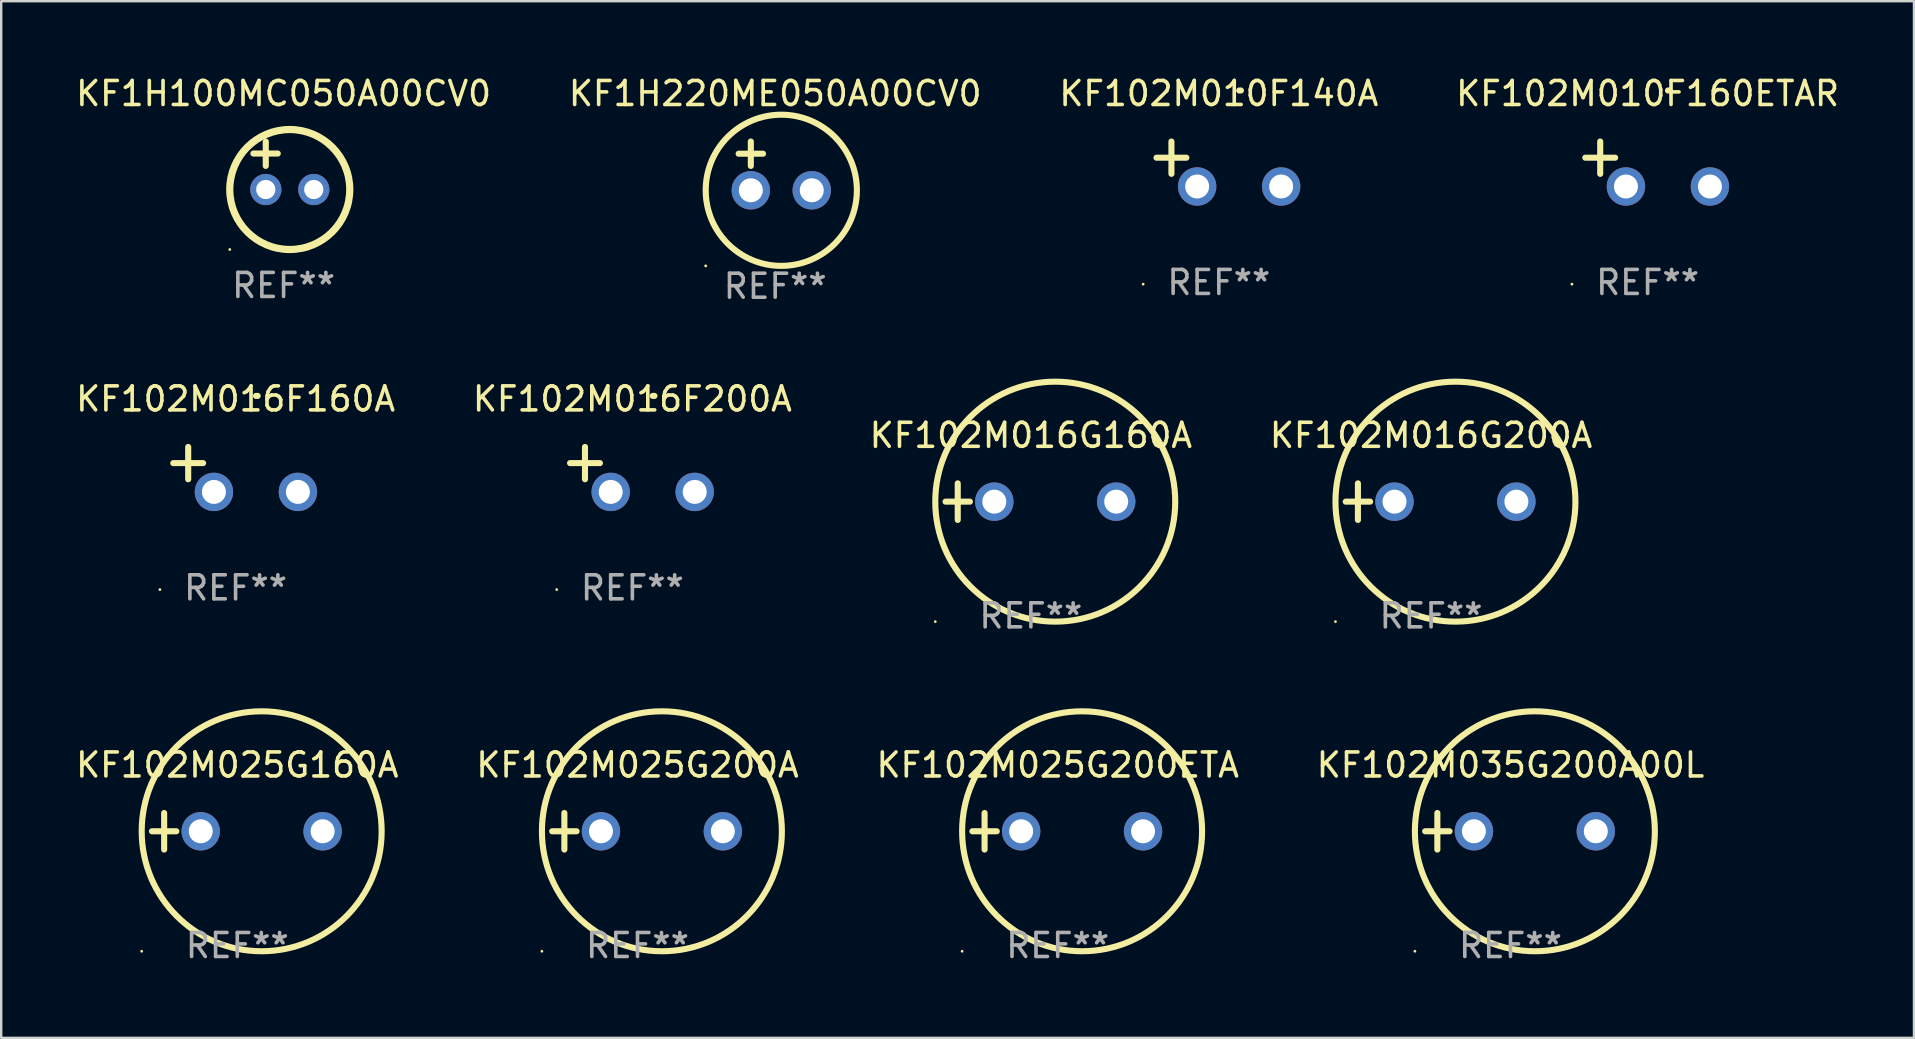
<source format=kicad_pcb>
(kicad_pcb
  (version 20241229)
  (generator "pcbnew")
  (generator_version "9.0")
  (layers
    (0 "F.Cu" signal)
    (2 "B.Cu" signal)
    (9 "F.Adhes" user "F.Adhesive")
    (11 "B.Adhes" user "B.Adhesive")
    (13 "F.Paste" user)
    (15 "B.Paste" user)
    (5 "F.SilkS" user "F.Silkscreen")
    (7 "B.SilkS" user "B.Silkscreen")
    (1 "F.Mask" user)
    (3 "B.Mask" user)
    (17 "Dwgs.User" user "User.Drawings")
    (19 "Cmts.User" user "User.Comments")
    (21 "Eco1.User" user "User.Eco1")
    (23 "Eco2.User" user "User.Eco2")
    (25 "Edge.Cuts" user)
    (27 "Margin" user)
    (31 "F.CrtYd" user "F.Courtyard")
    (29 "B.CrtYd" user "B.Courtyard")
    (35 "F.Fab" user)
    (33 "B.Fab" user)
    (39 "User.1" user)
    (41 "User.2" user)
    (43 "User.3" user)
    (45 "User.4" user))
  (footprint "KF102M025G200A"
    (layer "F.Cu")
    (at 23.518 31.593)
    (property "Reference" "KF102M025G200A" (at 0 -2.762 0) (layer "F.SilkS") (effects (font (size 1 1) (thickness 0.15))))
    (attr through_hole)
    (fp_line (start -3.556 0) (end -2.54 0) (stroke (width 0.254) (type solid)) (layer "F.SilkS"))
    (fp_line (start -3.048 -0.762) (end -3.048 0.762) (stroke (width 0.254) (type solid)) (layer "F.SilkS"))
    (fp_circle (center -3.984 5) (end -3.954 5) (stroke (width 0.06) (type solid)) (fill no) (layer "F.SilkS"))
    (fp_circle (center 1.016 0) (end 6.016 0) (stroke (width 0.254) (type solid)) (fill no) (layer "F.SilkS"))
    (fp_text user "REF**" (at 0 4.762 0) (layer "F.Fab") (effects (font (size 1 1) (thickness 0.15))))
    (pad "1" thru_hole circle (at -1.524 0) (size 1.6 1.6) (drill 1) (layers "*.Cu" "*.Mask"))
    (pad "2" thru_hole circle (at 3.556 0) (size 1.6 1.6) (drill 1) (layers "*.Cu" "*.Mask")))
  (footprint "KF102M016G160A"
    (layer "F.Cu")
    (at 39.911 17.856)
    (property "Reference" "KF102M016G160A" (at 0 -2.762 0) (layer "F.SilkS") (effects (font (size 1 1) (thickness 0.15))))
    (attr through_hole)
    (fp_line (start -3.556 0) (end -2.54 0) (stroke (width 0.254) (type solid)) (layer "F.SilkS"))
    (fp_line (start -3.048 -0.762) (end -3.048 0.762) (stroke (width 0.254) (type solid)) (layer "F.SilkS"))
    (fp_circle (center -3.984 5) (end -3.954 5) (stroke (width 0.06) (type solid)) (fill no) (layer "F.SilkS"))
    (fp_circle (center 1.016 0) (end 6.016 0) (stroke (width 0.254) (type solid)) (fill no) (layer "F.SilkS"))
    (fp_text user "REF**" (at 0 4.762 0) (layer "F.Fab") (effects (font (size 1 1) (thickness 0.15))))
    (pad "1" thru_hole circle (at -1.524 0) (size 1.6 1.6) (drill 1) (layers "*.Cu" "*.Mask"))
    (pad "2" thru_hole circle (at 3.556 0) (size 1.6 1.6) (drill 1) (layers "*.Cu" "*.Mask")))
  (footprint "KF102M010F140A"
    (layer "F.Cu")
    (at 47.744 3.785)
    (property "Reference" "KF102M010F140A" (at 0 -2.937 0) (layer "F.SilkS") (effects (font (size 1 1) (thickness 0.15))))
    (attr through_hole)
    (fp_line (start -1.975 0.41) (end -1.975 -0.937) (stroke (width 0.254) (type solid)) (layer "F.SilkS"))
    (fp_line (start -1.353 -0.263) (end -2.597 -0.263) (stroke (width 0.254) (type solid)) (layer "F.SilkS"))
    (fp_arc (start 0.849809 -3.063957) (mid 0.885369 -3.064114) (end 0.920929 -3.063957) (stroke (width 0.254001) (type solid)) (layer "F.SilkS"))
    (fp_circle (center -3.154 5.008) (end -3.124 5.008) (stroke (width 0.06) (type solid)) (fill no) (layer "F.SilkS"))
    (fp_text user "REF**" (at 0 4.937 0) (layer "F.Fab") (effects (font (size 1 1) (thickness 0.15))))
    (pad "1" thru_hole circle (at -0.903 0.937) (size 1.6 1.6) (drill 1) (layers "*.Cu" "*.Mask"))
    (pad "2" thru_hole circle (at 2.597 0.937) (size 1.6 1.6) (drill 1) (layers "*.Cu" "*.Mask")))
  (footprint "KF102M010F160ETAR"
    (layer "F.Cu")
    (at 65.613 3.785)
    (property "Reference" "KF102M010F160ETAR" (at 0 -2.937 0) (layer "F.SilkS") (effects (font (size 1 1) (thickness 0.15))))
    (attr through_hole)
    (fp_line (start -1.975 0.41) (end -1.975 -0.937) (stroke (width 0.254) (type solid)) (layer "F.SilkS"))
    (fp_line (start -1.353 -0.263) (end -2.597 -0.263) (stroke (width 0.254) (type solid)) (layer "F.SilkS"))
    (fp_arc (start 0.849809 -3.063957) (mid 0.885369 -3.064114) (end 0.920929 -3.063957) (stroke (width 0.254001) (type solid)) (layer "F.SilkS"))
    (fp_circle (center -3.154 5.008) (end -3.124 5.008) (stroke (width 0.06) (type solid)) (fill no) (layer "F.SilkS"))
    (fp_text user "REF**" (at 0 4.937 0) (layer "F.Fab") (effects (font (size 1 1) (thickness 0.15))))
    (pad "1" thru_hole circle (at -0.903 0.937) (size 1.6 1.6) (drill 1) (layers "*.Cu" "*.Mask"))
    (pad "2" thru_hole circle (at 2.597 0.937) (size 1.6 1.6) (drill 1) (layers "*.Cu" "*.Mask")))
  (footprint "KF102M025G200ETA"
    (layer "F.Cu")
    (at 41.03 31.593)
    (property "Reference" "KF102M025G200ETA" (at 0 -2.762 0) (layer "F.SilkS") (effects (font (size 1 1) (thickness 0.15))))
    (attr through_hole)
    (fp_line (start -3.556 0) (end -2.54 0) (stroke (width 0.254) (type solid)) (layer "F.SilkS"))
    (fp_line (start -3.048 -0.762) (end -3.048 0.762) (stroke (width 0.254) (type solid)) (layer "F.SilkS"))
    (fp_circle (center -3.984 5) (end -3.954 5) (stroke (width 0.06) (type solid)) (fill no) (layer "F.SilkS"))
    (fp_circle (center 1.016 0) (end 6.016 0) (stroke (width 0.254) (type solid)) (fill no) (layer "F.SilkS"))
    (fp_text user "REF**" (at 0 4.762 0) (layer "F.Fab") (effects (font (size 1 1) (thickness 0.15))))
    (pad "1" thru_hole circle (at -1.524 0) (size 1.6 1.6) (drill 1) (layers "*.Cu" "*.Mask"))
    (pad "2" thru_hole circle (at 3.556 0) (size 1.6 1.6) (drill 1) (layers "*.Cu" "*.Mask")))
  (footprint "KF1H100MC050A00CV0"
    (layer "F.Cu")
    (at 8.768 3.848)
    (property "Reference" "KF1H100MC050A00CV0" (at 0 -3 0) (layer "F.SilkS") (effects (font (size 1 1) (thickness 0.15))))
    (attr through_hole)
    (fp_line (start -1.258 -0.5) (end -0.242 -0.5) (stroke (width 0.254) (type solid)) (layer "F.SilkS"))
    (fp_line (start -0.742 -1) (end -0.742 0.016) (stroke (width 0.254) (type solid)) (layer "F.SilkS"))
    (fp_circle (center -2.242 3.5) (end -2.212 3.5) (stroke (width 0.06) (type solid)) (fill no) (layer "F.SilkS"))
    (fp_circle (center 0.258 1) (end 2.758 1) (stroke (width 0.3) (type solid)) (fill no) (layer "F.SilkS"))
    (fp_text user "REF**" (at 0 5 0) (layer "F.Fab") (effects (font (size 1 1) (thickness 0.15))))
    (pad "1" thru_hole circle (at -0.742 1) (size 1.3 1.3) (drill 0.8) (layers "*.Cu" "*.Mask"))
    (pad "2" thru_hole circle (at 1.258 1) (size 1.3 1.3) (drill 0.8) (layers "*.Cu" "*.Mask")))
  (footprint "KF102M016F160A"
    (layer "F.Cu")
    (at 6.768 16.513)
    (property "Reference" "KF102M016F160A" (at 0 -2.937 0) (layer "F.SilkS") (effects (font (size 1 1) (thickness 0.15))))
    (attr through_hole)
    (fp_line (start -1.975 0.41) (end -1.975 -0.937) (stroke (width 0.254) (type solid)) (layer "F.SilkS"))
    (fp_line (start -1.353 -0.263) (end -2.597 -0.263) (stroke (width 0.254) (type solid)) (layer "F.SilkS"))
    (fp_arc (start 0.849809 -3.063957) (mid 0.885369 -3.064114) (end 0.920929 -3.063957) (stroke (width 0.254001) (type solid)) (layer "F.SilkS"))
    (fp_circle (center -3.154 5.008) (end -3.124 5.008) (stroke (width 0.06) (type solid)) (fill no) (layer "F.SilkS"))
    (fp_text user "REF**" (at 0 4.937 0) (layer "F.Fab") (effects (font (size 1 1) (thickness 0.15))))
    (pad "1" thru_hole circle (at -0.903 0.937) (size 1.6 1.6) (drill 1) (layers "*.Cu" "*.Mask"))
    (pad "2" thru_hole circle (at 2.597 0.937) (size 1.6 1.6) (drill 1) (layers "*.Cu" "*.Mask")))
  (footprint "KF102M025G160A"
    (layer "F.Cu")
    (at 6.839 31.593)
    (property "Reference" "KF102M025G160A" (at 0 -2.762 0) (layer "F.SilkS") (effects (font (size 1 1) (thickness 0.15))))
    (attr through_hole)
    (fp_line (start -3.556 0) (end -2.54 0) (stroke (width 0.254) (type solid)) (layer "F.SilkS"))
    (fp_line (start -3.048 -0.762) (end -3.048 0.762) (stroke (width 0.254) (type solid)) (layer "F.SilkS"))
    (fp_circle (center -3.984 5) (end -3.954 5) (stroke (width 0.06) (type solid)) (fill no) (layer "F.SilkS"))
    (fp_circle (center 1.016 0) (end 6.016 0) (stroke (width 0.254) (type solid)) (fill no) (layer "F.SilkS"))
    (fp_text user "REF**" (at 0 4.762 0) (layer "F.Fab") (effects (font (size 1 1) (thickness 0.15))))
    (pad "1" thru_hole circle (at -1.524 0) (size 1.6 1.6) (drill 1) (layers "*.Cu" "*.Mask"))
    (pad "2" thru_hole circle (at 3.556 0) (size 1.6 1.6) (drill 1) (layers "*.Cu" "*.Mask")))
  (footprint "KF102M016F200A"
    (layer "F.Cu")
    (at 23.304 16.513)
    (property "Reference" "KF102M016F200A" (at 0 -2.937 0) (layer "F.SilkS") (effects (font (size 1 1) (thickness 0.15))))
    (attr through_hole)
    (fp_line (start -1.975 0.41) (end -1.975 -0.937) (stroke (width 0.254) (type solid)) (layer "F.SilkS"))
    (fp_line (start -1.353 -0.263) (end -2.597 -0.263) (stroke (width 0.254) (type solid)) (layer "F.SilkS"))
    (fp_arc (start 0.849809 -3.063957) (mid 0.885369 -3.064114) (end 0.920929 -3.063957) (stroke (width 0.254001) (type solid)) (layer "F.SilkS"))
    (fp_circle (center -3.154 5.008) (end -3.124 5.008) (stroke (width 0.06) (type solid)) (fill no) (layer "F.SilkS"))
    (fp_text user "REF**" (at 0 4.937 0) (layer "F.Fab") (effects (font (size 1 1) (thickness 0.15))))
    (pad "1" thru_hole circle (at -0.903 0.937) (size 1.6 1.6) (drill 1) (layers "*.Cu" "*.Mask"))
    (pad "2" thru_hole circle (at 2.597 0.937) (size 1.6 1.6) (drill 1) (layers "*.Cu" "*.Mask")))
  (footprint "KF102M016G200A"
    (layer "F.Cu")
    (at 56.589 17.856)
    (property "Reference" "KF102M016G200A" (at 0 -2.762 0) (layer "F.SilkS") (effects (font (size 1 1) (thickness 0.15))))
    (attr through_hole)
    (fp_line (start -3.556 0) (end -2.54 0) (stroke (width 0.254) (type solid)) (layer "F.SilkS"))
    (fp_line (start -3.048 -0.762) (end -3.048 0.762) (stroke (width 0.254) (type solid)) (layer "F.SilkS"))
    (fp_circle (center -3.984 5) (end -3.954 5) (stroke (width 0.06) (type solid)) (fill no) (layer "F.SilkS"))
    (fp_circle (center 1.016 0) (end 6.016 0) (stroke (width 0.254) (type solid)) (fill no) (layer "F.SilkS"))
    (fp_text user "REF**" (at 0 4.762 0) (layer "F.Fab") (effects (font (size 1 1) (thickness 0.15))))
    (pad "1" thru_hole circle (at -1.524 0) (size 1.6 1.6) (drill 1) (layers "*.Cu" "*.Mask"))
    (pad "2" thru_hole circle (at 3.556 0) (size 1.6 1.6) (drill 1) (layers "*.Cu" "*.Mask")))
  (footprint "KF102M035G200A00L"
    (layer "F.Cu")
    (at 59.899 31.593)
    (property "Reference" "KF102M035G200A00L" (at 0 -2.762 0) (layer "F.SilkS") (effects (font (size 1 1) (thickness 0.15))))
    (attr through_hole)
    (fp_line (start -3.556 0) (end -2.54 0) (stroke (width 0.254) (type solid)) (layer "F.SilkS"))
    (fp_line (start -3.048 -0.762) (end -3.048 0.762) (stroke (width 0.254) (type solid)) (layer "F.SilkS"))
    (fp_circle (center -3.984 5) (end -3.954 5) (stroke (width 0.06) (type solid)) (fill no) (layer "F.SilkS"))
    (fp_circle (center 1.016 0) (end 6.016 0) (stroke (width 0.254) (type solid)) (fill no) (layer "F.SilkS"))
    (fp_text user "REF**" (at 0 4.762 0) (layer "F.Fab") (effects (font (size 1 1) (thickness 0.15))))
    (pad "1" thru_hole circle (at -1.524 0) (size 1.6 1.6) (drill 1) (layers "*.Cu" "*.Mask"))
    (pad "2" thru_hole circle (at 3.556 0) (size 1.6 1.6) (drill 1) (layers "*.Cu" "*.Mask")))
  (footprint "KF1H220ME050A00CV0"
    (layer "F.Cu")
    (at 29.256 3.864)
    (property "Reference" "KF1H220ME050A00CV0" (at 0 -3.016 0) (layer "F.SilkS") (effects (font (size 1 1) (thickness 0.15))))
    (attr through_hole)
    (fp_line (start -1.524 -0.508) (end -0.508 -0.508) (stroke (width 0.254) (type solid)) (layer "F.SilkS"))
    (fp_line (start -1.016 -1.016) (end -1.016 0) (stroke (width 0.254) (type solid)) (layer "F.SilkS"))
    (fp_circle (center -2.896 4.166) (end -2.866 4.166) (stroke (width 0.06) (type solid)) (fill no) (layer "F.SilkS"))
    (fp_circle (center 0.254 1.016) (end 3.404 1.016) (stroke (width 0.254) (type solid)) (fill no) (layer "F.SilkS"))
    (fp_text user "REF**" (at 0 5.016 0) (layer "F.Fab") (effects (font (size 1 1) (thickness 0.15))))
    (pad "1" thru_hole circle (at -1.016 1.016) (size 1.6 1.6) (drill 1) (layers "*.Cu" "*.Mask"))
    (pad "2" thru_hole circle (at 1.524 1.016) (size 1.6 1.6) (drill 1) (layers "*.Cu" "*.Mask")))
  (gr_rect
    (start -3 -3)
    (end 76.714 40.203)
    (stroke (width 0.1) (type default))
    (fill no)
    (layer "Edge.Cuts")))
</source>
